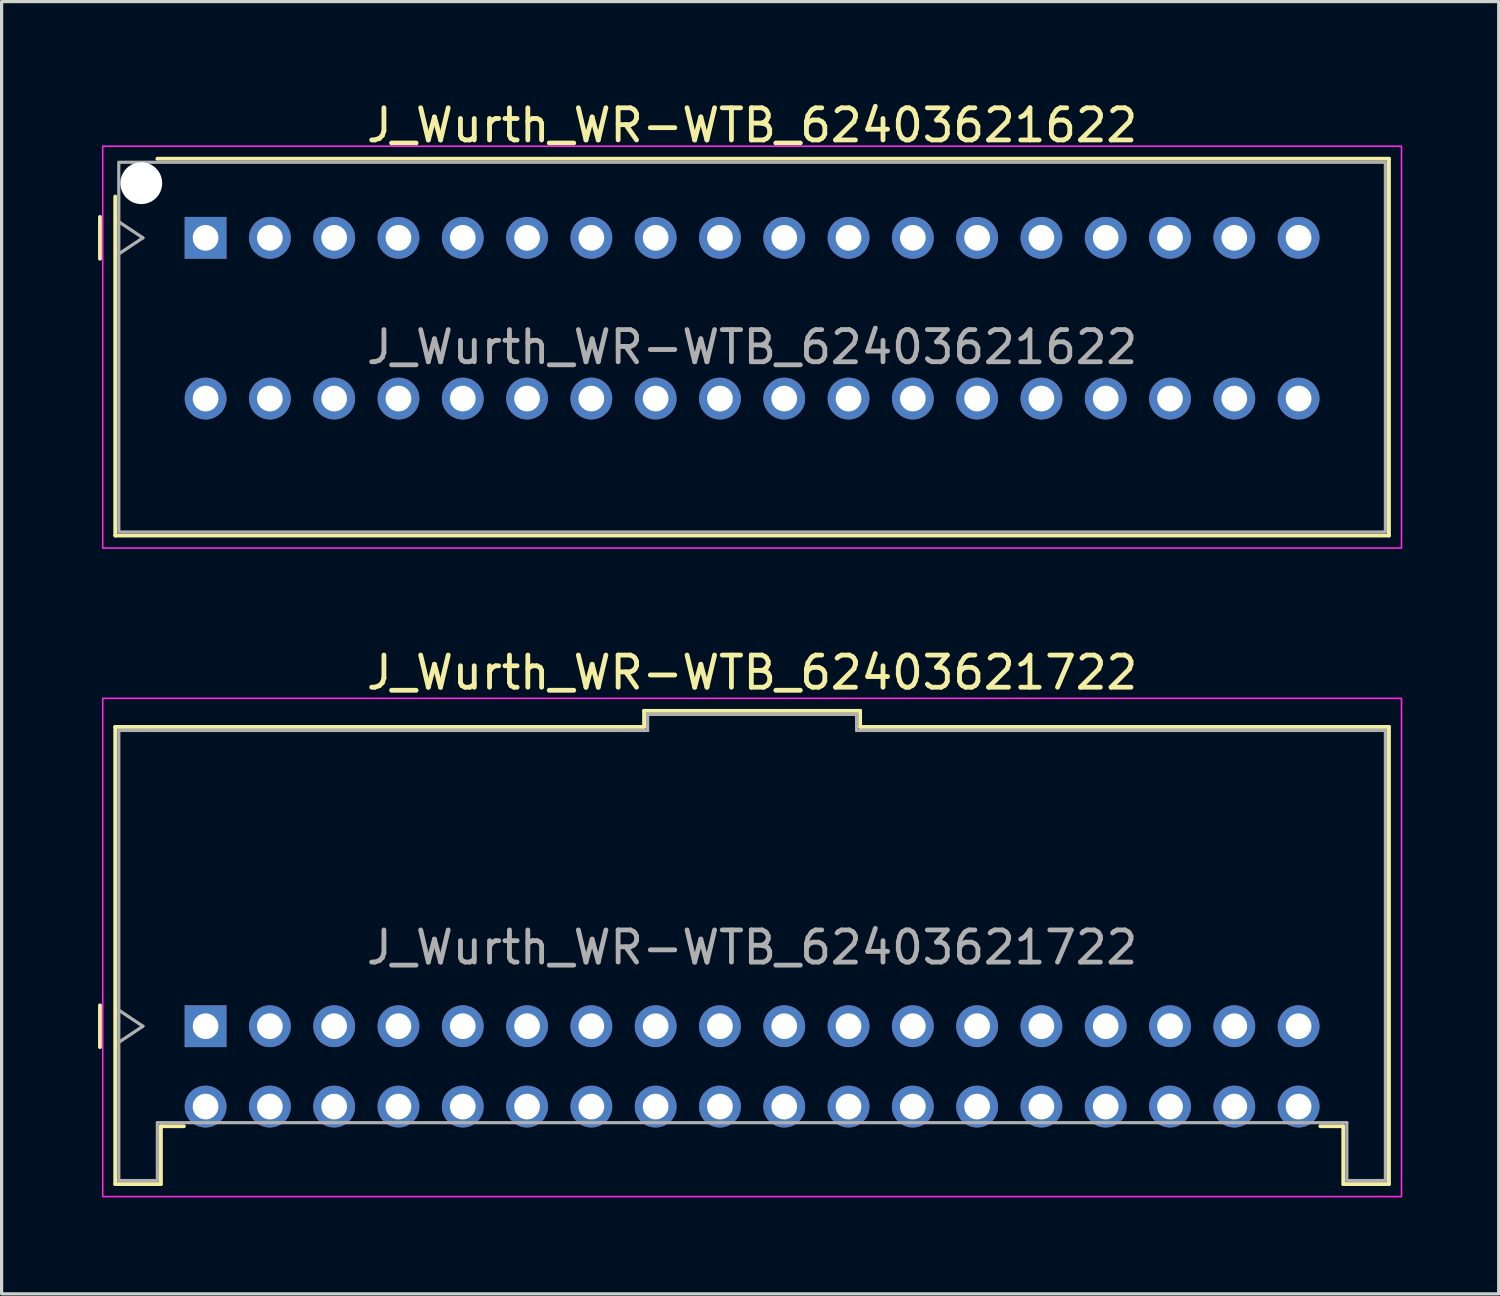
<source format=kicad_pcb>
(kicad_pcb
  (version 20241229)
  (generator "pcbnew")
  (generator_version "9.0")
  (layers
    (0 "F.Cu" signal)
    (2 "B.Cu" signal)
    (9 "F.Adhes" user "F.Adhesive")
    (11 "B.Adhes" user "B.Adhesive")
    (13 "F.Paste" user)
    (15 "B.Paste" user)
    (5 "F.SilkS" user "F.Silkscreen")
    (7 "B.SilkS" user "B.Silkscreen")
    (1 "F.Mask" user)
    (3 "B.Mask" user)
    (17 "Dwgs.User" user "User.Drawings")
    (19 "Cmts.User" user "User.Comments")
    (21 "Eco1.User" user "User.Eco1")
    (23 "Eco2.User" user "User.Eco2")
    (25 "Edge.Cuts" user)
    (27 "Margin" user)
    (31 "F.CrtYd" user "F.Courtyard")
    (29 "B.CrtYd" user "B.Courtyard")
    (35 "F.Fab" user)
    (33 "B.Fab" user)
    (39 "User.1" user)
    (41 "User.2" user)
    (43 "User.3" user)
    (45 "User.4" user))
  (footprint "J_Wurth_WR-WTB_62403621722"
    (layer "F.Cu")
    (at 3.345 28.872)
    (property "Reference" "J_Wurth_WR-WTB_62403621722" (at 17 -11 0) (unlocked yes) (layer "F.SilkS") (effects (font (size 1 1) (thickness 0.15))))
    (attr through_hole)
    (fp_line (start -3.285 -0.65) (end -3.285 0.65) (stroke (width 0.12) (type solid)) (layer "F.SilkS"))
    (fp_line (start -2.81 -9.31) (end 13.64 -9.31) (stroke (width 0.12) (type solid)) (layer "F.SilkS"))
    (fp_line (start -2.81 4.91) (end -2.81 -9.31) (stroke (width 0.12) (type default)) (layer "F.SilkS"))
    (fp_line (start -2.81 4.91) (end -1.39 4.91) (stroke (width 0.12) (type solid)) (layer "F.SilkS"))
    (fp_line (start -1.39 4.91) (end -1.39 3.11) (stroke (width 0.12) (type solid)) (layer "F.SilkS"))
    (fp_line (start -0.675 3.11) (end -1.39 3.11) (stroke (width 0.12) (type default)) (layer "F.SilkS"))
    (fp_line (start 13.64 -9.31) (end 13.64 -9.81) (stroke (width 0.12) (type solid)) (layer "F.SilkS"))
    (fp_line (start 20.36 -9.81) (end 13.64 -9.81) (stroke (width 0.12) (type default)) (layer "F.SilkS"))
    (fp_line (start 20.36 -9.31) (end 20.36 -9.81) (stroke (width 0.12) (type solid)) (layer "F.SilkS"))
    (fp_line (start 35.39 3.11) (end 34.675 3.11) (stroke (width 0.12) (type default)) (layer "F.SilkS"))
    (fp_line (start 35.39 4.91) (end 35.39 3.11) (stroke (width 0.12) (type solid)) (layer "F.SilkS"))
    (fp_line (start 36.81 -9.31) (end 20.36 -9.31) (stroke (width 0.12) (type solid)) (layer "F.SilkS"))
    (fp_line (start 36.81 -9.31) (end 36.81 4.91) (stroke (width 0.12) (type default)) (layer "F.SilkS"))
    (fp_line (start 36.81 4.91) (end 35.39 4.91) (stroke (width 0.12) (type solid)) (layer "F.SilkS"))
    (fp_rect (start -3.2 -10.2) (end 37.2 5.3) (stroke (width 0.05) (type solid)) (fill no) (layer "F.CrtYd"))
    (fp_line (start -2.7 -9.2) (end 13.75 -9.2) (stroke (width 0.1) (type solid)) (layer "F.Fab"))
    (fp_line (start -2.7 4.8) (end -2.7 -9.2) (stroke (width 0.1) (type default)) (layer "F.Fab"))
    (fp_line (start -2.7 4.8) (end -1.5 4.8) (stroke (width 0.1) (type solid)) (layer "F.Fab"))
    (fp_line (start -1.95 0) (end -2.7 -0.5) (stroke (width 0.1) (type solid)) (layer "F.Fab"))
    (fp_line (start -1.95 0) (end -2.7 0.5) (stroke (width 0.1) (type solid)) (layer "F.Fab"))
    (fp_line (start -1.5 4.8) (end -1.5 3) (stroke (width 0.1) (type solid)) (layer "F.Fab"))
    (fp_line (start 13.75 -9.2) (end 13.75 -9.7) (stroke (width 0.1) (type solid)) (layer "F.Fab"))
    (fp_line (start 20.25 -9.7) (end 13.75 -9.7) (stroke (width 0.1) (type default)) (layer "F.Fab"))
    (fp_line (start 20.25 -9.2) (end 20.25 -9.7) (stroke (width 0.1) (type solid)) (layer "F.Fab"))
    (fp_line (start 35.5 3) (end -1.5 3) (stroke (width 0.1) (type default)) (layer "F.Fab"))
    (fp_line (start 35.5 4.8) (end 35.5 3) (stroke (width 0.1) (type solid)) (layer "F.Fab"))
    (fp_line (start 36.7 -9.2) (end 20.25 -9.2) (stroke (width 0.1) (type solid)) (layer "F.Fab"))
    (fp_line (start 36.7 -9.2) (end 36.7 4.8) (stroke (width 0.1) (type default)) (layer "F.Fab"))
    (fp_line (start 36.7 4.8) (end 35.5 4.8) (stroke (width 0.1) (type solid)) (layer "F.Fab"))
    (fp_text user "${REFERENCE}" (at 17 -2.45 0) (unlocked yes) (layer "F.Fab") (effects (font (size 1 1) (thickness 0.15))))
    (pad "1" thru_hole rect (at 0 0 180) (size 1.3 1.3) (drill 0.8) (layers "*.Cu" "*.Mask"))
    (pad "2" thru_hole circle (at 0 2.5 180) (size 1.3 1.3) (drill 0.8) (layers "*.Cu" "*.Mask"))
    (pad "3" thru_hole circle (at 2 0 180) (size 1.3 1.3) (drill 0.8) (layers "*.Cu" "*.Mask"))
    (pad "4" thru_hole circle (at 2 2.5 180) (size 1.3 1.3) (drill 0.8) (layers "*.Cu" "*.Mask"))
    (pad "5" thru_hole circle (at 4 0 180) (size 1.3 1.3) (drill 0.8) (layers "*.Cu" "*.Mask"))
    (pad "6" thru_hole circle (at 4 2.5 180) (size 1.3 1.3) (drill 0.8) (layers "*.Cu" "*.Mask"))
    (pad "7" thru_hole circle (at 6 2.5 180) (size 1.3 1.3) (drill 0.8) (layers "*.Cu" "*.Mask"))
    (pad "8" thru_hole circle (at 6 0 180) (size 1.3 1.3) (drill 0.8) (layers "*.Cu" "*.Mask"))
    (pad "9" thru_hole circle (at 8 2.5 180) (size 1.3 1.3) (drill 0.8) (layers "*.Cu" "*.Mask"))
    (pad "10" thru_hole circle (at 8 0 180) (size 1.3 1.3) (drill 0.8) (layers "*.Cu" "*.Mask"))
    (pad "11" thru_hole circle (at 10 2.5 180) (size 1.3 1.3) (drill 0.8) (layers "*.Cu" "*.Mask"))
    (pad "12" thru_hole circle (at 10 0 180) (size 1.3 1.3) (drill 0.8) (layers "*.Cu" "*.Mask"))
    (pad "13" thru_hole circle (at 12 2.5 180) (size 1.3 1.3) (drill 0.8) (layers "*.Cu" "*.Mask"))
    (pad "14" thru_hole circle (at 12 0 180) (size 1.3 1.3) (drill 0.8) (layers "*.Cu" "*.Mask"))
    (pad "15" thru_hole circle (at 14 2.5 180) (size 1.3 1.3) (drill 0.8) (layers "*.Cu" "*.Mask"))
    (pad "16" thru_hole circle (at 14 0 180) (size 1.3 1.3) (drill 0.8) (layers "*.Cu" "*.Mask"))
    (pad "17" thru_hole circle (at 16 2.5 180) (size 1.3 1.3) (drill 0.8) (layers "*.Cu" "*.Mask"))
    (pad "18" thru_hole circle (at 16 0 180) (size 1.3 1.3) (drill 0.8) (layers "*.Cu" "*.Mask"))
    (pad "19" thru_hole circle (at 18 2.5 180) (size 1.3 1.3) (drill 0.8) (layers "*.Cu" "*.Mask"))
    (pad "20" thru_hole circle (at 18 0 180) (size 1.3 1.3) (drill 0.8) (layers "*.Cu" "*.Mask"))
    (pad "21" thru_hole circle (at 20 2.5 180) (size 1.3 1.3) (drill 0.8) (layers "*.Cu" "*.Mask"))
    (pad "22" thru_hole circle (at 20 0 180) (size 1.3 1.3) (drill 0.8) (layers "*.Cu" "*.Mask"))
    (pad "23" thru_hole circle (at 22 2.5 180) (size 1.3 1.3) (drill 0.8) (layers "*.Cu" "*.Mask"))
    (pad "24" thru_hole circle (at 22 0 180) (size 1.3 1.3) (drill 0.8) (layers "*.Cu" "*.Mask"))
    (pad "25" thru_hole circle (at 24 2.5 180) (size 1.3 1.3) (drill 0.8) (layers "*.Cu" "*.Mask"))
    (pad "26" thru_hole circle (at 24 0 180) (size 1.3 1.3) (drill 0.8) (layers "*.Cu" "*.Mask"))
    (pad "27" thru_hole circle (at 26 2.5 180) (size 1.3 1.3) (drill 0.8) (layers "*.Cu" "*.Mask"))
    (pad "28" thru_hole circle (at 26 0 180) (size 1.3 1.3) (drill 0.8) (layers "*.Cu" "*.Mask"))
    (pad "29" thru_hole circle (at 28 2.5 180) (size 1.3 1.3) (drill 0.8) (layers "*.Cu" "*.Mask"))
    (pad "30" thru_hole circle (at 28 0 180) (size 1.3 1.3) (drill 0.8) (layers "*.Cu" "*.Mask"))
    (pad "31" thru_hole circle (at 30 2.5 180) (size 1.3 1.3) (drill 0.8) (layers "*.Cu" "*.Mask"))
    (pad "32" thru_hole circle (at 30 0 180) (size 1.3 1.3) (drill 0.8) (layers "*.Cu" "*.Mask"))
    (pad "33" thru_hole circle (at 32 2.5 180) (size 1.3 1.3) (drill 0.8) (layers "*.Cu" "*.Mask"))
    (pad "34" thru_hole circle (at 32 0 180) (size 1.3 1.3) (drill 0.8) (layers "*.Cu" "*.Mask"))
    (pad "35" thru_hole circle (at 34 2.5 180) (size 1.3 1.3) (drill 0.8) (layers "*.Cu" "*.Mask"))
    (pad "36" thru_hole circle (at 34 0 180) (size 1.3 1.3) (drill 0.8) (layers "*.Cu" "*.Mask")))
  (footprint "J_Wurth_WR-WTB_62403621622"
    (layer "F.Cu")
    (at 3.345 4.348)
    (property "Reference" "J_Wurth_WR-WTB_62403621622" (at 17 -3.5 0) (unlocked yes) (layer "F.SilkS") (effects (font (size 1 1) (thickness 0.15))))
    (attr through_hole)
    (fp_line (start -3.285 -0.65) (end -3.285 0.65) (stroke (width 0.12) (type solid)) (layer "F.SilkS"))
    (fp_line (start -2.81 9.26) (end -2.81 -1.285) (stroke (width 0.12) (type default)) (layer "F.SilkS"))
    (fp_line (start -1.5 -2.46) (end 36.81 -2.46) (stroke (width 0.12) (type default)) (layer "F.SilkS"))
    (fp_line (start 36.81 -2.46) (end 36.81 9.26) (stroke (width 0.12) (type solid)) (layer "F.SilkS"))
    (fp_line (start 36.81 9.26) (end -2.81 9.26) (stroke (width 0.12) (type default)) (layer "F.SilkS"))
    (fp_rect (start -3.2 -2.85) (end 37.2 9.65) (stroke (width 0.05) (type solid)) (fill no) (layer "F.CrtYd"))
    (fp_line (start -1.95 0) (end -2.7 -0.5) (stroke (width 0.1) (type solid)) (layer "F.Fab"))
    (fp_line (start -1.95 0) (end -2.7 0.5) (stroke (width 0.1) (type solid)) (layer "F.Fab"))
    (fp_rect (start -2.7 -2.35) (end 36.7 9.15) (stroke (width 0.1) (type solid)) (fill no) (layer "F.Fab"))
    (fp_text user "${REFERENCE}" (at 17 3.4 0) (unlocked yes) (layer "F.Fab") (effects (font (size 1 1) (thickness 0.15))))
    (pad "" np_thru_hole circle (at -2 -1.7) (size 1.3 1.3) (drill 1.3) (layers "*.Cu" "*.Mask"))
    (pad "1" thru_hole rect (at 0 0) (size 1.3 1.3) (drill 0.8) (layers "*.Cu" "*.Mask"))
    (pad "2" thru_hole circle (at 0 5) (size 1.3 1.3) (drill 0.8) (layers "*.Cu" "*.Mask"))
    (pad "3" thru_hole circle (at 2 0) (size 1.3 1.3) (drill 0.8) (layers "*.Cu" "*.Mask"))
    (pad "4" thru_hole circle (at 2 5) (size 1.3 1.3) (drill 0.8) (layers "*.Cu" "*.Mask"))
    (pad "5" thru_hole circle (at 4 0) (size 1.3 1.3) (drill 0.8) (layers "*.Cu" "*.Mask"))
    (pad "6" thru_hole circle (at 4 5) (size 1.3 1.3) (drill 0.8) (layers "*.Cu" "*.Mask"))
    (pad "7" thru_hole circle (at 6 0) (size 1.3 1.3) (drill 0.8) (layers "*.Cu" "*.Mask"))
    (pad "8" thru_hole circle (at 6 5) (size 1.3 1.3) (drill 0.8) (layers "*.Cu" "*.Mask"))
    (pad "9" thru_hole circle (at 8 0) (size 1.3 1.3) (drill 0.8) (layers "*.Cu" "*.Mask"))
    (pad "10" thru_hole circle (at 8 5) (size 1.3 1.3) (drill 0.8) (layers "*.Cu" "*.Mask"))
    (pad "11" thru_hole circle (at 10 0) (size 1.3 1.3) (drill 0.8) (layers "*.Cu" "*.Mask"))
    (pad "12" thru_hole circle (at 10 5) (size 1.3 1.3) (drill 0.8) (layers "*.Cu" "*.Mask"))
    (pad "13" thru_hole circle (at 12 0) (size 1.3 1.3) (drill 0.8) (layers "*.Cu" "*.Mask"))
    (pad "14" thru_hole circle (at 12 5) (size 1.3 1.3) (drill 0.8) (layers "*.Cu" "*.Mask"))
    (pad "15" thru_hole circle (at 14 0) (size 1.3 1.3) (drill 0.8) (layers "*.Cu" "*.Mask"))
    (pad "16" thru_hole circle (at 14 5) (size 1.3 1.3) (drill 0.8) (layers "*.Cu" "*.Mask"))
    (pad "17" thru_hole circle (at 16 0) (size 1.3 1.3) (drill 0.8) (layers "*.Cu" "*.Mask"))
    (pad "18" thru_hole circle (at 16 5) (size 1.3 1.3) (drill 0.8) (layers "*.Cu" "*.Mask"))
    (pad "19" thru_hole circle (at 18 0) (size 1.3 1.3) (drill 0.8) (layers "*.Cu" "*.Mask"))
    (pad "20" thru_hole circle (at 18 5) (size 1.3 1.3) (drill 0.8) (layers "*.Cu" "*.Mask"))
    (pad "21" thru_hole circle (at 20 0) (size 1.3 1.3) (drill 0.8) (layers "*.Cu" "*.Mask"))
    (pad "22" thru_hole circle (at 20 5) (size 1.3 1.3) (drill 0.8) (layers "*.Cu" "*.Mask"))
    (pad "23" thru_hole circle (at 22 0) (size 1.3 1.3) (drill 0.8) (layers "*.Cu" "*.Mask"))
    (pad "24" thru_hole circle (at 22 5) (size 1.3 1.3) (drill 0.8) (layers "*.Cu" "*.Mask"))
    (pad "25" thru_hole circle (at 24 0) (size 1.3 1.3) (drill 0.8) (layers "*.Cu" "*.Mask"))
    (pad "26" thru_hole circle (at 24 5) (size 1.3 1.3) (drill 0.8) (layers "*.Cu" "*.Mask"))
    (pad "27" thru_hole circle (at 26 0) (size 1.3 1.3) (drill 0.8) (layers "*.Cu" "*.Mask"))
    (pad "28" thru_hole circle (at 26 5) (size 1.3 1.3) (drill 0.8) (layers "*.Cu" "*.Mask"))
    (pad "29" thru_hole circle (at 28 0) (size 1.3 1.3) (drill 0.8) (layers "*.Cu" "*.Mask"))
    (pad "30" thru_hole circle (at 28 5) (size 1.3 1.3) (drill 0.8) (layers "*.Cu" "*.Mask"))
    (pad "31" thru_hole circle (at 30 0) (size 1.3 1.3) (drill 0.8) (layers "*.Cu" "*.Mask"))
    (pad "32" thru_hole circle (at 30 5) (size 1.3 1.3) (drill 0.8) (layers "*.Cu" "*.Mask"))
    (pad "33" thru_hole circle (at 32 0) (size 1.3 1.3) (drill 0.8) (layers "*.Cu" "*.Mask"))
    (pad "34" thru_hole circle (at 32 5) (size 1.3 1.3) (drill 0.8) (layers "*.Cu" "*.Mask"))
    (pad "35" thru_hole circle (at 34 0) (size 1.3 1.3) (drill 0.8) (layers "*.Cu" "*.Mask"))
    (pad "36" thru_hole circle (at 34 5) (size 1.3 1.3) (drill 0.8) (layers "*.Cu" "*.Mask")))
  (gr_rect
    (start -3 -3)
    (end 43.57 37.197)
    (stroke (width 0.1) (type default))
    (fill no)
    (layer "Edge.Cuts")))
</source>
